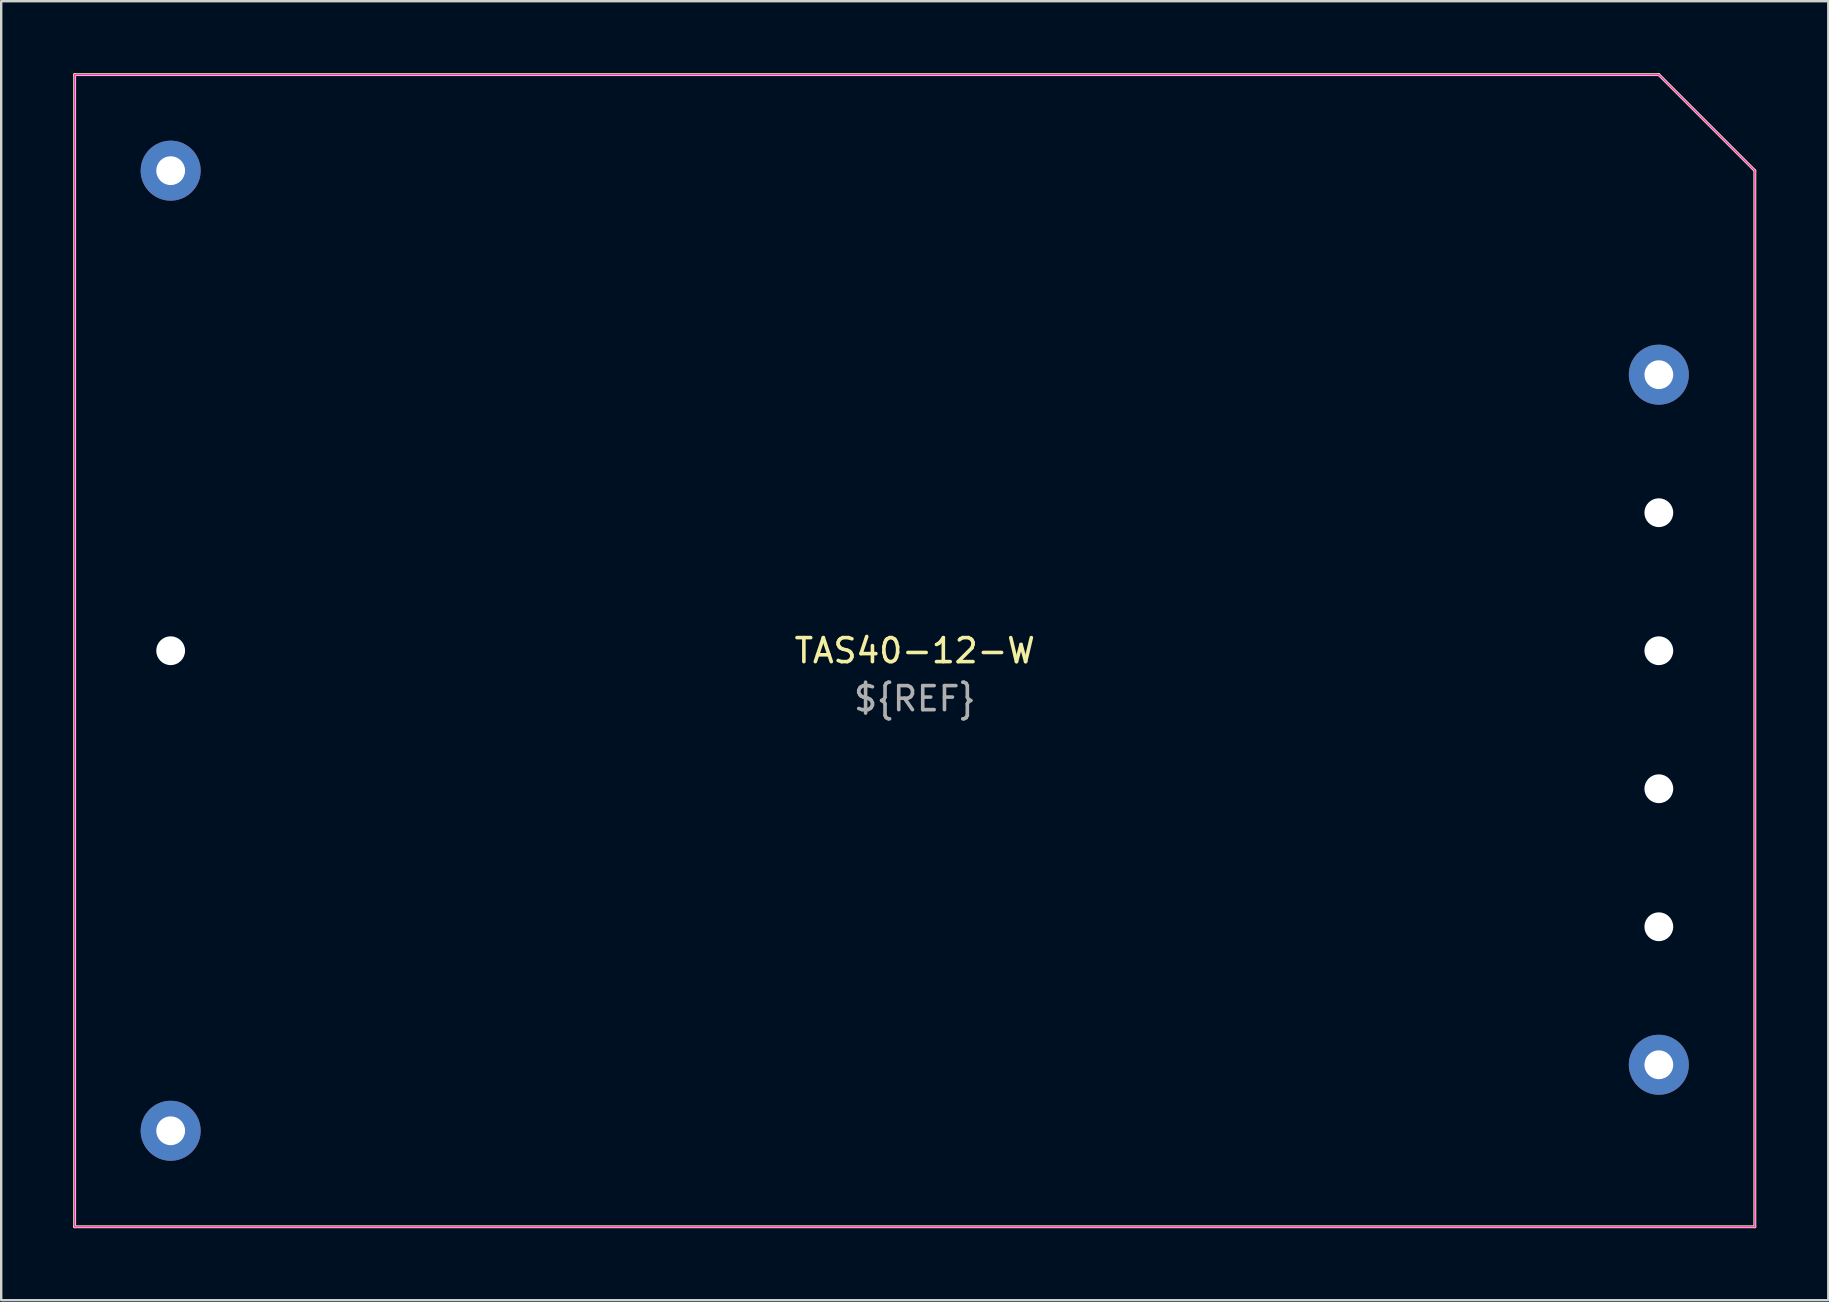
<source format=kicad_pcb>
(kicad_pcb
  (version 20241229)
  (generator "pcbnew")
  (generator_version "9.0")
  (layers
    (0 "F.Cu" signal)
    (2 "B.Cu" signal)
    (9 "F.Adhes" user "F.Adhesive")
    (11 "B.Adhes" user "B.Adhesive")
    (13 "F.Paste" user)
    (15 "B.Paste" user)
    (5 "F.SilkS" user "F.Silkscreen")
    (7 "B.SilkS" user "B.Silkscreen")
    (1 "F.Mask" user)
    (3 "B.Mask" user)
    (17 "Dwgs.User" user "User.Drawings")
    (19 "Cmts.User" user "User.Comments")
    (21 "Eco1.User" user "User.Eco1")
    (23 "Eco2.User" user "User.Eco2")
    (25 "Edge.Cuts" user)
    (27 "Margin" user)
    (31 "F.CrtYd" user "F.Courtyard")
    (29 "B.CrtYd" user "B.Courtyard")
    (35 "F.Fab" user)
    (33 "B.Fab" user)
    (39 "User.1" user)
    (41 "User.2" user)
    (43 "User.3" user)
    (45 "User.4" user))
  (footprint "TAS40-12-W"
    (layer "F.Cu")
    (at 35.06 24.06)
    (property "Reference" "TAS40-12-W" (at 0 0 0) (unlocked yes) (layer "F.SilkS") (effects (font (size 1 1) (thickness 0.15))))
    (attr through_hole)
    (fp_line (start -35 -24) (end -35 24) (stroke (width 0.12) (type solid)) (layer "F.SilkS"))
    (fp_line (start -35 -24) (end 31 -24) (stroke (width 0.12) (type solid)) (layer "F.SilkS"))
    (fp_line (start 35 -20) (end 31 -24) (stroke (width 0.12) (type solid)) (layer "F.SilkS"))
    (fp_line (start 35 -20) (end 35 24) (stroke (width 0.12) (type solid)) (layer "F.SilkS"))
    (fp_line (start 35 24) (end -35 24) (stroke (width 0.12) (type solid)) (layer "F.SilkS"))
    (fp_line (start -35 -24) (end 31 -24) (stroke (width 0.05) (type solid)) (layer "F.CrtYd"))
    (fp_line (start -35 24) (end -35 -24) (stroke (width 0.05) (type solid)) (layer "F.CrtYd"))
    (fp_line (start 31 -24) (end 35 -20) (stroke (width 0.05) (type solid)) (layer "F.CrtYd"))
    (fp_line (start 35 -20) (end 35 24) (stroke (width 0.05) (type solid)) (layer "F.CrtYd"))
    (fp_line (start 35 24) (end -35 24) (stroke (width 0.05) (type solid)) (layer "F.CrtYd"))
    (fp_text user "${REF}" (at 0 2 0) (unlocked yes) (layer "F.Fab") (effects (font (size 1 1) (thickness 0.15))))
    (pad "1" thru_hole circle (at -31 -20) (size 2.5 2.5) (drill 1.2) (layers "*.Cu" "*.Mask") (remove_unused_layers yes) (keep_end_layers yes) (zone_layer_connections))
    (pad "2" thru_hole circle (at -31 0) (size 2.5 2.5) (drill 1.2) (layers "*.Cu" "*.Mask") (remove_unused_layers yes) (zone_layer_connections))
    (pad "3" thru_hole circle (at -31 20) (size 2.5 2.5) (drill 1.2) (layers "*.Cu" "*.Mask") (remove_unused_layers yes) (keep_end_layers yes) (zone_layer_connections))
    (pad "4" thru_hole circle (at 31 17.25) (size 2.5 2.5) (drill 1.2) (layers "*.Cu" "*.Mask"))
    (pad "5" thru_hole circle (at 31 11.5) (size 2.5 2.5) (drill 1.2) (layers "*.Cu" "*.Mask") (remove_unused_layers yes) (zone_layer_connections))
    (pad "6" thru_hole circle (at 31 5.75) (size 2.5 2.5) (drill 1.2) (layers "*.Cu" "*.Mask") (remove_unused_layers yes) (zone_layer_connections))
    (pad "7" thru_hole circle (at 31 0) (size 2.5 2.5) (drill 1.2) (layers "*.Cu" "*.Mask") (remove_unused_layers yes) (zone_layer_connections))
    (pad "8" thru_hole circle (at 31 -5.75) (size 2.5 2.5) (drill 1.2) (layers "*.Cu" "*.Mask") (remove_unused_layers yes) (zone_layer_connections))
    (pad "9" thru_hole circle (at 31 -11.5) (size 2.5 2.5) (drill 1.2) (layers "*.Cu" "*.Mask")))
  (gr_rect
    (start -3 -3)
    (end 73.12 51.12)
    (stroke (width 0.1) (type default))
    (fill no)
    (layer "Edge.Cuts")))
</source>
